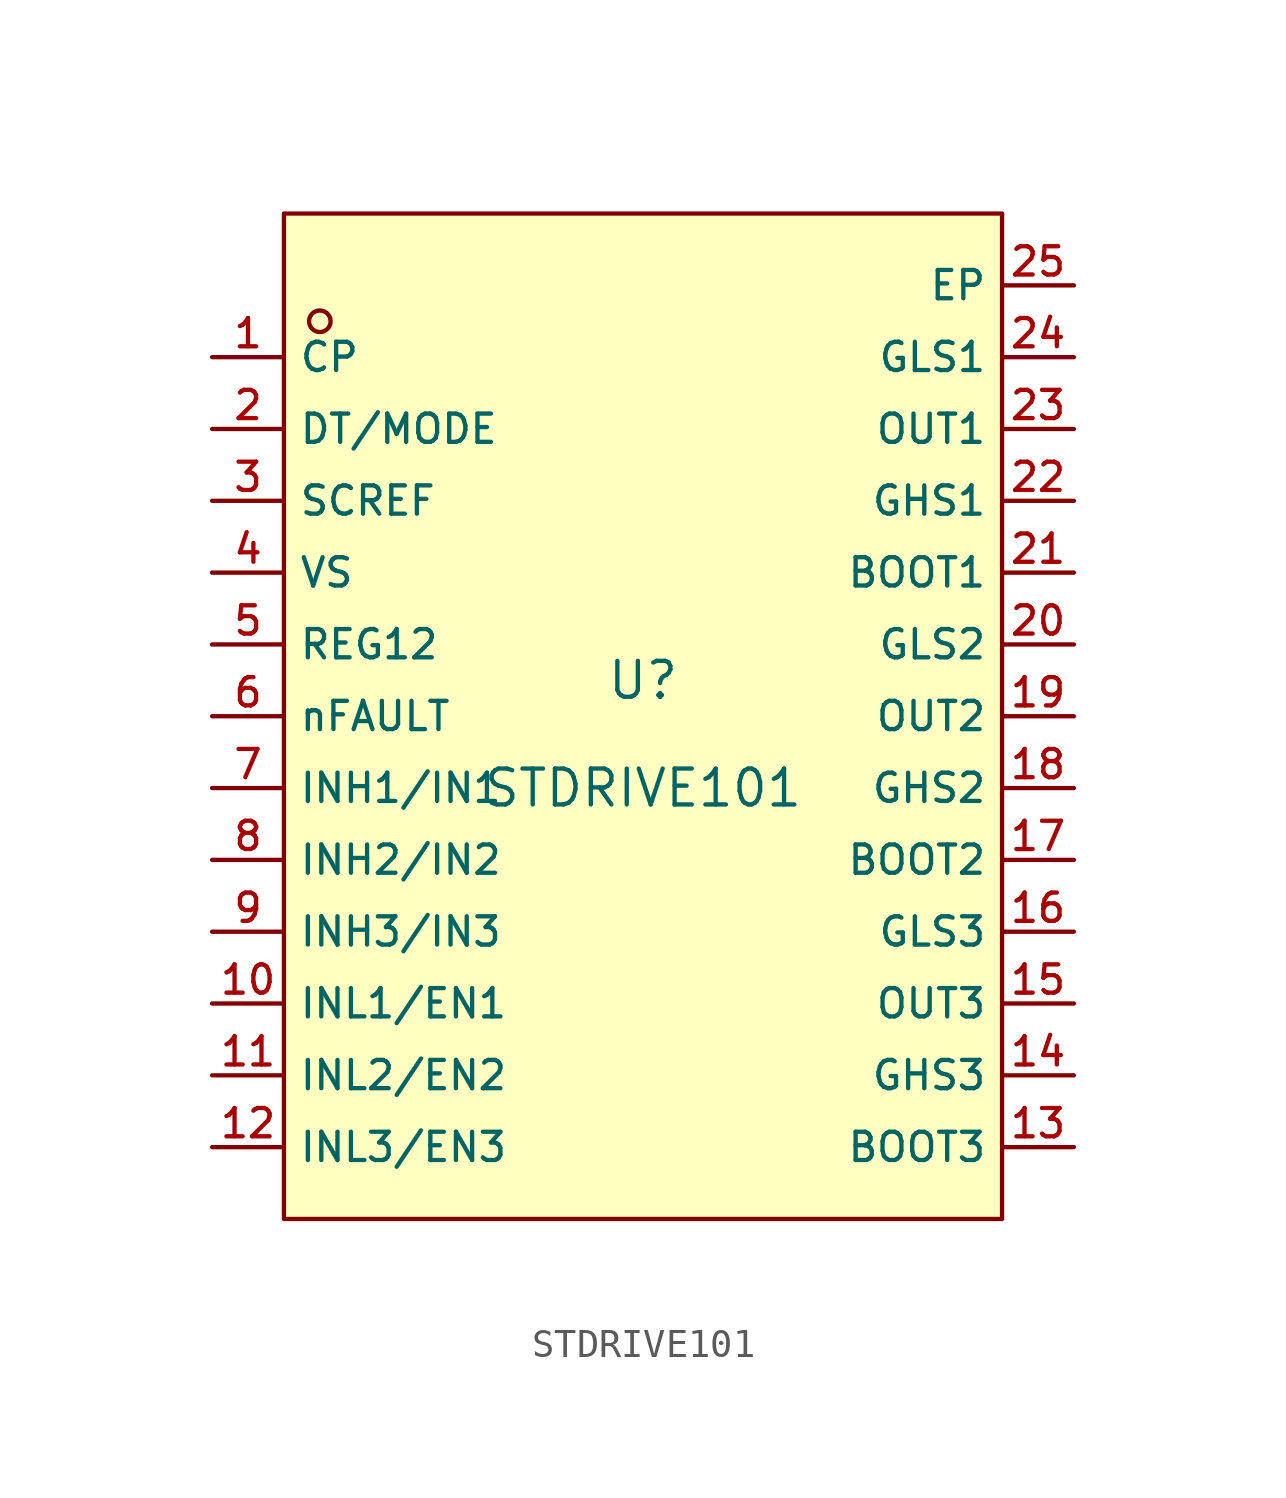
<source format=kicad_sym>
(kicad_symbol_lib
  (version 20210201)
  (generator TousstNicolas/JLC2KiCad_lib)
  (symbol "STDRIVE101"
    (property "Reference" "U"
      (at 0 1.27 0)
      (effects (font (size 1.27 1.27))))
    (property "Value" "STDRIVE101"
      (at 0 -2.54 0)
      (effects (font (size 1.27 1.27))))
    (symbol "STDRIVE101_0_1"
      (rectangle (start -12.7 17.78) (end 12.7 -17.78) (stroke (width 0) (type default) (color 0 0 0 0)) (fill (type background)))
      (circle (center -11.43 13.97) (radius 0.381) (stroke (width 0) (type default) (color 0 0 0 0)) (fill (type background)))
      (pin unspecified line (at -15.24 12.7 0) (length 2.54) (name "CP" (effects (font (size 1 1)))) (number "1" (effects (font (size 1 1)))))
      (pin unspecified line (at -15.24 10.16 0) (length 2.54) (name "DT/MODE" (effects (font (size 1 1)))) (number "2" (effects (font (size 1 1)))))
      (pin unspecified line (at -15.24 7.62 0) (length 2.54) (name "SCREF" (effects (font (size 1 1)))) (number "3" (effects (font (size 1 1)))))
      (pin unspecified line (at -15.24 5.08 0) (length 2.54) (name "VS" (effects (font (size 1 1)))) (number "4" (effects (font (size 1 1)))))
      (pin unspecified line (at -15.24 2.54 0) (length 2.54) (name "REG12" (effects (font (size 1 1)))) (number "5" (effects (font (size 1 1)))))
      (pin unspecified line (at -15.24 -0.0 0) (length 2.54) (name "nFAULT" (effects (font (size 1 1)))) (number "6" (effects (font (size 1 1)))))
      (pin unspecified line (at -15.24 -2.54 0) (length 2.54) (name "INH1/IN1" (effects (font (size 1 1)))) (number "7" (effects (font (size 1 1)))))
      (pin unspecified line (at -15.24 -5.08 0) (length 2.54) (name "INH2/IN2" (effects (font (size 1 1)))) (number "8" (effects (font (size 1 1)))))
      (pin unspecified line (at -15.24 -7.62 0) (length 2.54) (name "INH3/IN3" (effects (font (size 1 1)))) (number "9" (effects (font (size 1 1)))))
      (pin unspecified line (at -15.24 -10.16 0) (length 2.54) (name "INL1/EN1" (effects (font (size 1 1)))) (number "10" (effects (font (size 1 1)))))
      (pin unspecified line (at -15.24 -12.7 0) (length 2.54) (name "INL2/EN2" (effects (font (size 1 1)))) (number "11" (effects (font (size 1 1)))))
      (pin unspecified line (at -15.24 -15.24 0) (length 2.54) (name "INL3/EN3" (effects (font (size 1 1)))) (number "12" (effects (font (size 1 1)))))
      (pin unspecified line (at 15.24 -15.24 180) (length 2.54) (name "BOOT3" (effects (font (size 1 1)))) (number "13" (effects (font (size 1 1)))))
      (pin unspecified line (at 15.24 -12.7 180) (length 2.54) (name "GHS3" (effects (font (size 1 1)))) (number "14" (effects (font (size 1 1)))))
      (pin unspecified line (at 15.24 -10.16 180) (length 2.54) (name "OUT3" (effects (font (size 1 1)))) (number "15" (effects (font (size 1 1)))))
      (pin unspecified line (at 15.24 -7.62 180) (length 2.54) (name "GLS3" (effects (font (size 1 1)))) (number "16" (effects (font (size 1 1)))))
      (pin unspecified line (at 15.24 -5.08 180) (length 2.54) (name "BOOT2" (effects (font (size 1 1)))) (number "17" (effects (font (size 1 1)))))
      (pin unspecified line (at 15.24 -2.54 180) (length 2.54) (name "GHS2" (effects (font (size 1 1)))) (number "18" (effects (font (size 1 1)))))
      (pin unspecified line (at 15.24 -0.0 180) (length 2.54) (name "OUT2" (effects (font (size 1 1)))) (number "19" (effects (font (size 1 1)))))
      (pin unspecified line (at 15.24 2.54 180) (length 2.54) (name "GLS2" (effects (font (size 1 1)))) (number "20" (effects (font (size 1 1)))))
      (pin unspecified line (at 15.24 5.08 180) (length 2.54) (name "BOOT1" (effects (font (size 1 1)))) (number "21" (effects (font (size 1 1)))))
      (pin unspecified line (at 15.24 7.62 180) (length 2.54) (name "GHS1" (effects (font (size 1 1)))) (number "22" (effects (font (size 1 1)))))
      (pin unspecified line (at 15.24 10.16 180) (length 2.54) (name "OUT1" (effects (font (size 1 1)))) (number "23" (effects (font (size 1 1)))))
      (pin unspecified line (at 15.24 12.7 180) (length 2.54) (name "GLS1" (effects (font (size 1 1)))) (number "24" (effects (font (size 1 1)))))
      (pin unspecified line (at 15.24 15.24 180) (length 2.54) (name "EP" (effects (font (size 1 1)))) (number "25" (effects (font (size 1 1))))))))
</source>
